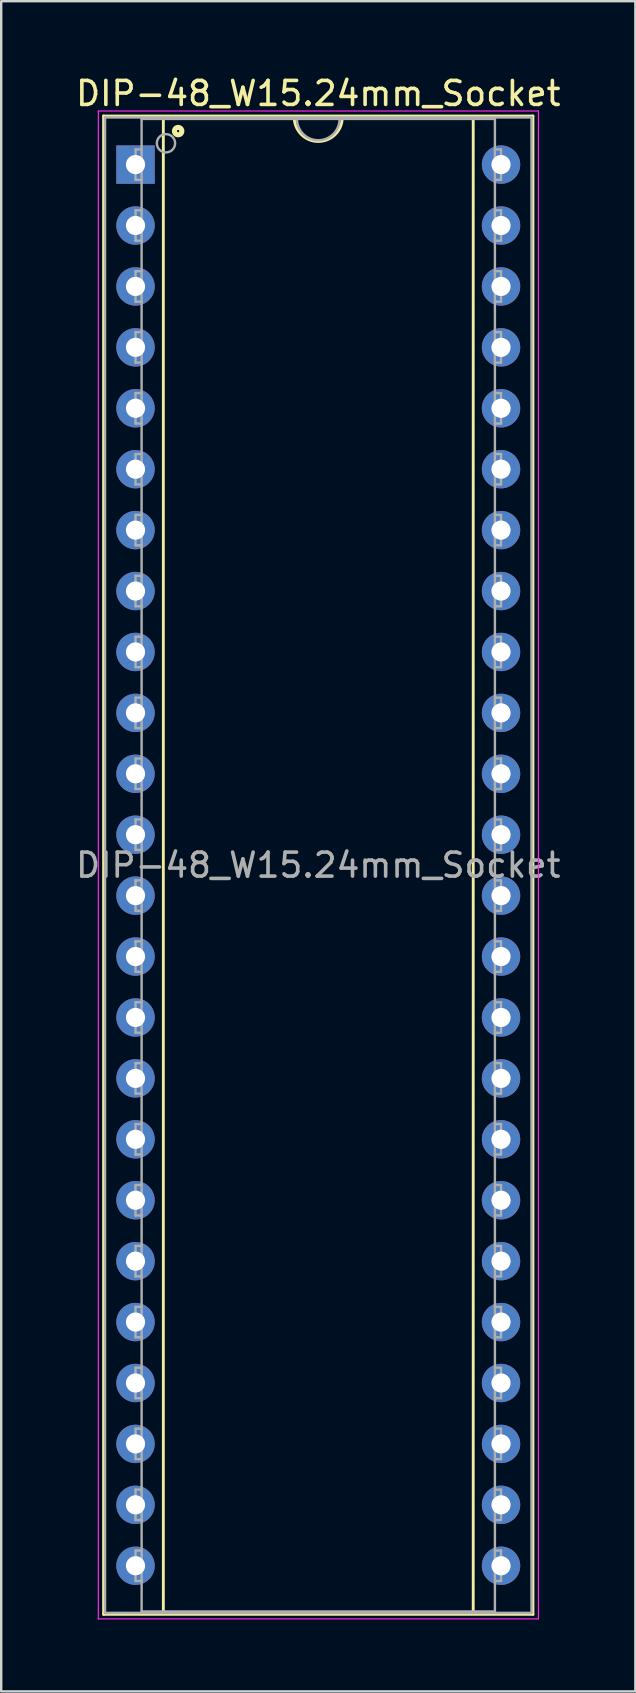
<source format=kicad_pcb>
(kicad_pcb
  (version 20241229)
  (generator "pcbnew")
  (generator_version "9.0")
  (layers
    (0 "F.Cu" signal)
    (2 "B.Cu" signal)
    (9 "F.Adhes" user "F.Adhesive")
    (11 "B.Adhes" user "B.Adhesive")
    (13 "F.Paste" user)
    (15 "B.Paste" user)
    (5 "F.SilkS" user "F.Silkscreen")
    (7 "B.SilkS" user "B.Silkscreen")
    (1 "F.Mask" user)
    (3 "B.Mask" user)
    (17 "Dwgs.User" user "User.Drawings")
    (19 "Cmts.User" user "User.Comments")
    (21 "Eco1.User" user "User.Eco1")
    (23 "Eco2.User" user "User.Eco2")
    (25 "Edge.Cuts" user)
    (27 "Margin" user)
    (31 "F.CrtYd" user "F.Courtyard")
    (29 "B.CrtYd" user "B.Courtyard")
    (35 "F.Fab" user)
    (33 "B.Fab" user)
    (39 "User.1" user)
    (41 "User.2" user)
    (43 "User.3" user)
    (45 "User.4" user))
  (footprint "DIP-48_W15.24mm_Socket"
    (layer "F.Cu")
    (at 2.6 3.813)
    (property "Reference" "DIP-48_W15.24mm_Socket" (at 7.62 -2.965 0) (layer "F.SilkS") (effects (font (size 1 1) (thickness 0.15))))
    (attr through_hole)
    (fp_line (start -1.33 -2.025) (end -1.33 60.445) (stroke (width 0.12) (type solid)) (layer "F.SilkS"))
    (fp_line (start -1.33 60.445) (end 16.57 60.445) (stroke (width 0.12) (type solid)) (layer "F.SilkS"))
    (fp_line (start 1.16 -1.965) (end 1.16 60.385) (stroke (width 0.12) (type solid)) (layer "F.SilkS"))
    (fp_line (start 1.16 60.385) (end 14.08 60.385) (stroke (width 0.12) (type solid)) (layer "F.SilkS"))
    (fp_line (start 6.62 -1.965) (end 1.16 -1.965) (stroke (width 0.12) (type solid)) (layer "F.SilkS"))
    (fp_line (start 14.08 -1.965) (end 8.62 -1.965) (stroke (width 0.12) (type solid)) (layer "F.SilkS"))
    (fp_line (start 14.08 60.385) (end 14.08 -1.965) (stroke (width 0.12) (type solid)) (layer "F.SilkS"))
    (fp_line (start 16.57 -2.025) (end -1.33 -2.025) (stroke (width 0.12) (type solid)) (layer "F.SilkS"))
    (fp_line (start 16.57 60.445) (end 16.57 -2.025) (stroke (width 0.12) (type solid)) (layer "F.SilkS"))
    (fp_arc (start 8.62 -1.965) (mid 7.62 -0.965) (end 6.62 -1.965) (stroke (width 0.12) (type solid)) (layer "F.SilkS"))
    (fp_circle (center 1.778 -1.397) (end 1.828 -1.397) (stroke (width 0.12) (type solid)) (fill no) (layer "F.SilkS"))
    (fp_circle (center 1.778 -1.397) (end 1.903 -1.397) (stroke (width 0.12) (type solid)) (fill no) (layer "F.SilkS"))
    (fp_circle (center 1.778 -1.397) (end 1.978 -1.397) (stroke (width 0.12) (type solid)) (fill no) (layer "F.SilkS"))
    (fp_line (start -1.55 -2.235) (end -1.55 60.635) (stroke (width 0.05) (type solid)) (layer "F.CrtYd"))
    (fp_line (start -1.55 60.635) (end 16.8 60.635) (stroke (width 0.05) (type solid)) (layer "F.CrtYd"))
    (fp_line (start 16.8 -2.235) (end -1.55 -2.235) (stroke (width 0.05) (type solid)) (layer "F.CrtYd"))
    (fp_line (start 16.8 60.635) (end 16.8 -2.235) (stroke (width 0.05) (type solid)) (layer "F.CrtYd"))
    (fp_line (start -1.27 -1.965) (end -1.27 60.385) (stroke (width 0.1) (type solid)) (layer "F.Fab"))
    (fp_line (start -1.27 60.385) (end 16.51 60.385) (stroke (width 0.1) (type solid)) (layer "F.Fab"))
    (fp_line (start 0 -0.635) (end 0 0.635) (stroke (width 0.1) (type solid)) (layer "F.Fab"))
    (fp_line (start 0 -0.635) (end 0.254 -0.635) (stroke (width 0.1) (type solid)) (layer "F.Fab"))
    (fp_line (start 0 0.635) (end 0.254 0.635) (stroke (width 0.1) (type solid)) (layer "F.Fab"))
    (fp_line (start 0 1.905) (end 0 3.175) (stroke (width 0.1) (type solid)) (layer "F.Fab"))
    (fp_line (start 0 1.905) (end 0.254 1.905) (stroke (width 0.1) (type solid)) (layer "F.Fab"))
    (fp_line (start 0 3.175) (end 0.254 3.175) (stroke (width 0.1) (type solid)) (layer "F.Fab"))
    (fp_line (start 0 4.445) (end 0 5.715) (stroke (width 0.1) (type solid)) (layer "F.Fab"))
    (fp_line (start 0 4.445) (end 0.254 4.445) (stroke (width 0.1) (type solid)) (layer "F.Fab"))
    (fp_line (start 0 5.715) (end 0.254 5.715) (stroke (width 0.1) (type solid)) (layer "F.Fab"))
    (fp_line (start 0 6.985) (end 0 8.255) (stroke (width 0.1) (type solid)) (layer "F.Fab"))
    (fp_line (start 0 6.985) (end 0.254 6.985) (stroke (width 0.1) (type solid)) (layer "F.Fab"))
    (fp_line (start 0 8.255) (end 0.254 8.255) (stroke (width 0.1) (type solid)) (layer "F.Fab"))
    (fp_line (start 0 9.525) (end 0 10.795) (stroke (width 0.1) (type solid)) (layer "F.Fab"))
    (fp_line (start 0 9.525) (end 0.254 9.525) (stroke (width 0.1) (type solid)) (layer "F.Fab"))
    (fp_line (start 0 10.795) (end 0.254 10.795) (stroke (width 0.1) (type solid)) (layer "F.Fab"))
    (fp_line (start 0 12.065) (end 0 13.335) (stroke (width 0.1) (type solid)) (layer "F.Fab"))
    (fp_line (start 0 12.065) (end 0.254 12.065) (stroke (width 0.1) (type solid)) (layer "F.Fab"))
    (fp_line (start 0 13.335) (end 0.254 13.335) (stroke (width 0.1) (type solid)) (layer "F.Fab"))
    (fp_line (start 0 14.605) (end 0 15.875) (stroke (width 0.1) (type solid)) (layer "F.Fab"))
    (fp_line (start 0 14.605) (end 0.254 14.605) (stroke (width 0.1) (type solid)) (layer "F.Fab"))
    (fp_line (start 0 15.875) (end 0.254 15.875) (stroke (width 0.1) (type solid)) (layer "F.Fab"))
    (fp_line (start 0 17.145) (end 0 18.415) (stroke (width 0.1) (type solid)) (layer "F.Fab"))
    (fp_line (start 0 17.145) (end 0.254 17.145) (stroke (width 0.1) (type solid)) (layer "F.Fab"))
    (fp_line (start 0 18.415) (end 0.254 18.415) (stroke (width 0.1) (type solid)) (layer "F.Fab"))
    (fp_line (start 0 19.685) (end 0 20.955) (stroke (width 0.1) (type solid)) (layer "F.Fab"))
    (fp_line (start 0 19.685) (end 0.254 19.685) (stroke (width 0.1) (type solid)) (layer "F.Fab"))
    (fp_line (start 0 20.955) (end 0.254 20.955) (stroke (width 0.1) (type solid)) (layer "F.Fab"))
    (fp_line (start 0 22.225) (end 0 23.495) (stroke (width 0.1) (type solid)) (layer "F.Fab"))
    (fp_line (start 0 22.225) (end 0.254 22.225) (stroke (width 0.1) (type solid)) (layer "F.Fab"))
    (fp_line (start 0 23.495) (end 0.254 23.495) (stroke (width 0.1) (type solid)) (layer "F.Fab"))
    (fp_line (start 0 24.765) (end 0 26.035) (stroke (width 0.1) (type solid)) (layer "F.Fab"))
    (fp_line (start 0 24.765) (end 0.254 24.765) (stroke (width 0.1) (type solid)) (layer "F.Fab"))
    (fp_line (start 0 26.035) (end 0.254 26.035) (stroke (width 0.1) (type solid)) (layer "F.Fab"))
    (fp_line (start 0 27.305) (end 0 28.575) (stroke (width 0.1) (type solid)) (layer "F.Fab"))
    (fp_line (start 0 27.305) (end 0.254 27.305) (stroke (width 0.1) (type solid)) (layer "F.Fab"))
    (fp_line (start 0 28.575) (end 0.254 28.575) (stroke (width 0.1) (type solid)) (layer "F.Fab"))
    (fp_line (start 0 29.845) (end 0 31.115) (stroke (width 0.1) (type solid)) (layer "F.Fab"))
    (fp_line (start 0 29.845) (end 0.254 29.845) (stroke (width 0.1) (type solid)) (layer "F.Fab"))
    (fp_line (start 0 31.115) (end 0.254 31.115) (stroke (width 0.1) (type solid)) (layer "F.Fab"))
    (fp_line (start 0 32.385) (end 0 33.655) (stroke (width 0.1) (type solid)) (layer "F.Fab"))
    (fp_line (start 0 32.385) (end 0.254 32.385) (stroke (width 0.1) (type solid)) (layer "F.Fab"))
    (fp_line (start 0 33.655) (end 0.254 33.655) (stroke (width 0.1) (type solid)) (layer "F.Fab"))
    (fp_line (start 0 34.925) (end 0 36.195) (stroke (width 0.1) (type solid)) (layer "F.Fab"))
    (fp_line (start 0 34.925) (end 0.254 34.925) (stroke (width 0.1) (type solid)) (layer "F.Fab"))
    (fp_line (start 0 36.195) (end 0.254 36.195) (stroke (width 0.1) (type solid)) (layer "F.Fab"))
    (fp_line (start 0 37.465) (end 0 38.735) (stroke (width 0.1) (type solid)) (layer "F.Fab"))
    (fp_line (start 0 37.465) (end 0.254 37.465) (stroke (width 0.1) (type solid)) (layer "F.Fab"))
    (fp_line (start 0 38.735) (end 0.254 38.735) (stroke (width 0.1) (type solid)) (layer "F.Fab"))
    (fp_line (start 0 40.005) (end 0 41.275) (stroke (width 0.1) (type solid)) (layer "F.Fab"))
    (fp_line (start 0 40.005) (end 0.254 40.005) (stroke (width 0.1) (type solid)) (layer "F.Fab"))
    (fp_line (start 0 41.275) (end 0.254 41.275) (stroke (width 0.1) (type solid)) (layer "F.Fab"))
    (fp_line (start 0 42.545) (end 0 43.815) (stroke (width 0.1) (type solid)) (layer "F.Fab"))
    (fp_line (start 0 42.545) (end 0.254 42.545) (stroke (width 0.1) (type solid)) (layer "F.Fab"))
    (fp_line (start 0 43.815) (end 0.254 43.815) (stroke (width 0.1) (type solid)) (layer "F.Fab"))
    (fp_line (start 0 45.085) (end 0 46.355) (stroke (width 0.1) (type solid)) (layer "F.Fab"))
    (fp_line (start 0 45.085) (end 0.254 45.085) (stroke (width 0.1) (type solid)) (layer "F.Fab"))
    (fp_line (start 0 46.355) (end 0.254 46.355) (stroke (width 0.1) (type solid)) (layer "F.Fab"))
    (fp_line (start 0 47.625) (end 0 48.895) (stroke (width 0.1) (type solid)) (layer "F.Fab"))
    (fp_line (start 0 47.625) (end 0.254 47.625) (stroke (width 0.1) (type solid)) (layer "F.Fab"))
    (fp_line (start 0 48.895) (end 0.254 48.895) (stroke (width 0.1) (type solid)) (layer "F.Fab"))
    (fp_line (start 0 50.165) (end 0 51.435) (stroke (width 0.1) (type solid)) (layer "F.Fab"))
    (fp_line (start 0 50.165) (end 0.254 50.165) (stroke (width 0.1) (type solid)) (layer "F.Fab"))
    (fp_line (start 0 51.435) (end 0.254 51.435) (stroke (width 0.1) (type solid)) (layer "F.Fab"))
    (fp_line (start 0 52.705) (end 0 53.975) (stroke (width 0.1) (type solid)) (layer "F.Fab"))
    (fp_line (start 0 52.705) (end 0.254 52.705) (stroke (width 0.1) (type solid)) (layer "F.Fab"))
    (fp_line (start 0 53.975) (end 0.254 53.975) (stroke (width 0.1) (type solid)) (layer "F.Fab"))
    (fp_line (start 0 55.245) (end 0 56.515) (stroke (width 0.1) (type solid)) (layer "F.Fab"))
    (fp_line (start 0 55.245) (end 0.254 55.245) (stroke (width 0.1) (type solid)) (layer "F.Fab"))
    (fp_line (start 0 56.515) (end 0.254 56.515) (stroke (width 0.1) (type solid)) (layer "F.Fab"))
    (fp_line (start 0 57.785) (end 0 59.055) (stroke (width 0.1) (type solid)) (layer "F.Fab"))
    (fp_line (start 0 57.785) (end 0.254 57.785) (stroke (width 0.1) (type solid)) (layer "F.Fab"))
    (fp_line (start 0 59.055) (end 0.254 59.055) (stroke (width 0.1) (type solid)) (layer "F.Fab"))
    (fp_line (start 0.254 -1.905) (end 14.985 -1.905) (stroke (width 0.1) (type solid)) (layer "F.Fab"))
    (fp_line (start 0.255 60.325) (end 0.254 -1.905) (stroke (width 0.1) (type solid)) (layer "F.Fab"))
    (fp_line (start 14.985 -1.905) (end 14.985 60.325) (stroke (width 0.1) (type solid)) (layer "F.Fab"))
    (fp_line (start 14.985 60.325) (end 0.255 60.325) (stroke (width 0.1) (type solid)) (layer "F.Fab"))
    (fp_line (start 15.24 -0.635) (end 14.986 -0.635) (stroke (width 0.1) (type solid)) (layer "F.Fab"))
    (fp_line (start 15.24 0.635) (end 14.986 0.635) (stroke (width 0.1) (type solid)) (layer "F.Fab"))
    (fp_line (start 15.24 0.635) (end 15.24 -0.635) (stroke (width 0.1) (type solid)) (layer "F.Fab"))
    (fp_line (start 15.24 1.905) (end 14.986 1.905) (stroke (width 0.1) (type solid)) (layer "F.Fab"))
    (fp_line (start 15.24 3.175) (end 14.986 3.175) (stroke (width 0.1) (type solid)) (layer "F.Fab"))
    (fp_line (start 15.24 3.175) (end 15.24 1.905) (stroke (width 0.1) (type solid)) (layer "F.Fab"))
    (fp_line (start 15.24 4.445) (end 14.986 4.445) (stroke (width 0.1) (type solid)) (layer "F.Fab"))
    (fp_line (start 15.24 5.715) (end 14.986 5.715) (stroke (width 0.1) (type solid)) (layer "F.Fab"))
    (fp_line (start 15.24 5.715) (end 15.24 4.445) (stroke (width 0.1) (type solid)) (layer "F.Fab"))
    (fp_line (start 15.24 6.985) (end 14.986 6.985) (stroke (width 0.1) (type solid)) (layer "F.Fab"))
    (fp_line (start 15.24 8.255) (end 14.986 8.255) (stroke (width 0.1) (type solid)) (layer "F.Fab"))
    (fp_line (start 15.24 8.255) (end 15.24 6.985) (stroke (width 0.1) (type solid)) (layer "F.Fab"))
    (fp_line (start 15.24 9.525) (end 14.986 9.525) (stroke (width 0.1) (type solid)) (layer "F.Fab"))
    (fp_line (start 15.24 10.795) (end 14.986 10.795) (stroke (width 0.1) (type solid)) (layer "F.Fab"))
    (fp_line (start 15.24 10.795) (end 15.24 9.525) (stroke (width 0.1) (type solid)) (layer "F.Fab"))
    (fp_line (start 15.24 12.065) (end 14.986 12.065) (stroke (width 0.1) (type solid)) (layer "F.Fab"))
    (fp_line (start 15.24 13.335) (end 14.986 13.335) (stroke (width 0.1) (type solid)) (layer "F.Fab"))
    (fp_line (start 15.24 13.335) (end 15.24 12.065) (stroke (width 0.1) (type solid)) (layer "F.Fab"))
    (fp_line (start 15.24 14.605) (end 14.986 14.605) (stroke (width 0.1) (type solid)) (layer "F.Fab"))
    (fp_line (start 15.24 15.875) (end 14.986 15.875) (stroke (width 0.1) (type solid)) (layer "F.Fab"))
    (fp_line (start 15.24 15.875) (end 15.24 14.605) (stroke (width 0.1) (type solid)) (layer "F.Fab"))
    (fp_line (start 15.24 17.145) (end 14.986 17.145) (stroke (width 0.1) (type solid)) (layer "F.Fab"))
    (fp_line (start 15.24 18.415) (end 14.986 18.415) (stroke (width 0.1) (type solid)) (layer "F.Fab"))
    (fp_line (start 15.24 18.415) (end 15.24 17.145) (stroke (width 0.1) (type solid)) (layer "F.Fab"))
    (fp_line (start 15.24 19.685) (end 14.986 19.685) (stroke (width 0.1) (type solid)) (layer "F.Fab"))
    (fp_line (start 15.24 20.955) (end 14.986 20.955) (stroke (width 0.1) (type solid)) (layer "F.Fab"))
    (fp_line (start 15.24 20.955) (end 15.24 19.685) (stroke (width 0.1) (type solid)) (layer "F.Fab"))
    (fp_line (start 15.24 22.225) (end 14.986 22.225) (stroke (width 0.1) (type solid)) (layer "F.Fab"))
    (fp_line (start 15.24 23.495) (end 14.986 23.495) (stroke (width 0.1) (type solid)) (layer "F.Fab"))
    (fp_line (start 15.24 23.495) (end 15.24 22.225) (stroke (width 0.1) (type solid)) (layer "F.Fab"))
    (fp_line (start 15.24 24.765) (end 14.986 24.765) (stroke (width 0.1) (type solid)) (layer "F.Fab"))
    (fp_line (start 15.24 26.035) (end 14.986 26.035) (stroke (width 0.1) (type solid)) (layer "F.Fab"))
    (fp_line (start 15.24 26.035) (end 15.24 24.765) (stroke (width 0.1) (type solid)) (layer "F.Fab"))
    (fp_line (start 15.24 27.305) (end 14.986 27.305) (stroke (width 0.1) (type solid)) (layer "F.Fab"))
    (fp_line (start 15.24 28.575) (end 14.986 28.575) (stroke (width 0.1) (type solid)) (layer "F.Fab"))
    (fp_line (start 15.24 28.575) (end 15.24 27.305) (stroke (width 0.1) (type solid)) (layer "F.Fab"))
    (fp_line (start 15.24 29.845) (end 14.986 29.845) (stroke (width 0.1) (type solid)) (layer "F.Fab"))
    (fp_line (start 15.24 31.115) (end 14.986 31.115) (stroke (width 0.1) (type solid)) (layer "F.Fab"))
    (fp_line (start 15.24 31.115) (end 15.24 29.845) (stroke (width 0.1) (type solid)) (layer "F.Fab"))
    (fp_line (start 15.24 32.385) (end 14.986 32.385) (stroke (width 0.1) (type solid)) (layer "F.Fab"))
    (fp_line (start 15.24 33.655) (end 14.986 33.655) (stroke (width 0.1) (type solid)) (layer "F.Fab"))
    (fp_line (start 15.24 33.655) (end 15.24 32.385) (stroke (width 0.1) (type solid)) (layer "F.Fab"))
    (fp_line (start 15.24 34.925) (end 14.986 34.925) (stroke (width 0.1) (type solid)) (layer "F.Fab"))
    (fp_line (start 15.24 36.195) (end 14.986 36.195) (stroke (width 0.1) (type solid)) (layer "F.Fab"))
    (fp_line (start 15.24 36.195) (end 15.24 34.925) (stroke (width 0.1) (type solid)) (layer "F.Fab"))
    (fp_line (start 15.24 37.465) (end 14.986 37.465) (stroke (width 0.1) (type solid)) (layer "F.Fab"))
    (fp_line (start 15.24 38.735) (end 14.986 38.735) (stroke (width 0.1) (type solid)) (layer "F.Fab"))
    (fp_line (start 15.24 38.735) (end 15.24 37.465) (stroke (width 0.1) (type solid)) (layer "F.Fab"))
    (fp_line (start 15.24 40.005) (end 14.986 40.005) (stroke (width 0.1) (type solid)) (layer "F.Fab"))
    (fp_line (start 15.24 41.275) (end 14.986 41.275) (stroke (width 0.1) (type solid)) (layer "F.Fab"))
    (fp_line (start 15.24 41.275) (end 15.24 40.005) (stroke (width 0.1) (type solid)) (layer "F.Fab"))
    (fp_line (start 15.24 42.545) (end 14.986 42.545) (stroke (width 0.1) (type solid)) (layer "F.Fab"))
    (fp_line (start 15.24 43.815) (end 14.986 43.815) (stroke (width 0.1) (type solid)) (layer "F.Fab"))
    (fp_line (start 15.24 43.815) (end 15.24 42.545) (stroke (width 0.1) (type solid)) (layer "F.Fab"))
    (fp_line (start 15.24 45.085) (end 14.986 45.085) (stroke (width 0.1) (type solid)) (layer "F.Fab"))
    (fp_line (start 15.24 46.355) (end 14.986 46.355) (stroke (width 0.1) (type solid)) (layer "F.Fab"))
    (fp_line (start 15.24 46.355) (end 15.24 45.085) (stroke (width 0.1) (type solid)) (layer "F.Fab"))
    (fp_line (start 15.24 47.625) (end 14.986 47.625) (stroke (width 0.1) (type solid)) (layer "F.Fab"))
    (fp_line (start 15.24 48.895) (end 14.986 48.895) (stroke (width 0.1) (type solid)) (layer "F.Fab"))
    (fp_line (start 15.24 48.895) (end 15.24 47.625) (stroke (width 0.1) (type solid)) (layer "F.Fab"))
    (fp_line (start 15.24 50.165) (end 14.986 50.165) (stroke (width 0.1) (type solid)) (layer "F.Fab"))
    (fp_line (start 15.24 51.435) (end 14.986 51.435) (stroke (width 0.1) (type solid)) (layer "F.Fab"))
    (fp_line (start 15.24 51.435) (end 15.24 50.165) (stroke (width 0.1) (type solid)) (layer "F.Fab"))
    (fp_line (start 15.24 52.705) (end 14.986 52.705) (stroke (width 0.1) (type solid)) (layer "F.Fab"))
    (fp_line (start 15.24 53.975) (end 14.986 53.975) (stroke (width 0.1) (type solid)) (layer "F.Fab"))
    (fp_line (start 15.24 53.975) (end 15.24 52.705) (stroke (width 0.1) (type solid)) (layer "F.Fab"))
    (fp_line (start 15.24 55.245) (end 14.986 55.245) (stroke (width 0.1) (type solid)) (layer "F.Fab"))
    (fp_line (start 15.24 56.515) (end 14.986 56.515) (stroke (width 0.1) (type solid)) (layer "F.Fab"))
    (fp_line (start 15.24 56.515) (end 15.24 55.245) (stroke (width 0.1) (type solid)) (layer "F.Fab"))
    (fp_line (start 15.24 57.785) (end 14.986 57.785) (stroke (width 0.1) (type solid)) (layer "F.Fab"))
    (fp_line (start 15.24 59.055) (end 14.986 59.055) (stroke (width 0.1) (type solid)) (layer "F.Fab"))
    (fp_line (start 15.24 59.055) (end 15.24 57.785) (stroke (width 0.1) (type solid)) (layer "F.Fab"))
    (fp_line (start 16.51 -1.965) (end -1.27 -1.965) (stroke (width 0.1) (type solid)) (layer "F.Fab"))
    (fp_line (start 16.51 60.385) (end 16.51 -1.965) (stroke (width 0.1) (type solid)) (layer "F.Fab"))
    (fp_arc (start 8.509 -1.905) (mid 7.62 -1.016) (end 6.731 -1.905) (stroke (width 0.1) (type solid)) (layer "F.Fab"))
    (fp_circle (center 1.27 -0.889) (end 1.651 -0.889) (stroke (width 0.1) (type solid)) (fill no) (layer "F.Fab"))
    (fp_text user "${REFERENCE}" (at 7.62 29.21 0) (layer "F.Fab") (effects (font (size 1 1) (thickness 0.15))))
    (pad "1" thru_hole rect (at 0 0) (size 1.6 1.6) (drill 0.8) (layers "*.Cu" "*.Mask"))
    (pad "2" thru_hole oval (at 0 2.54) (size 1.6 1.6) (drill 0.8) (layers "*.Cu" "*.Mask"))
    (pad "3" thru_hole oval (at 0 5.08) (size 1.6 1.6) (drill 0.8) (layers "*.Cu" "*.Mask"))
    (pad "4" thru_hole oval (at 0 7.62) (size 1.6 1.6) (drill 0.8) (layers "*.Cu" "*.Mask"))
    (pad "5" thru_hole oval (at 0 10.16) (size 1.6 1.6) (drill 0.8) (layers "*.Cu" "*.Mask"))
    (pad "6" thru_hole oval (at 0 12.7) (size 1.6 1.6) (drill 0.8) (layers "*.Cu" "*.Mask"))
    (pad "7" thru_hole oval (at 0 15.24) (size 1.6 1.6) (drill 0.8) (layers "*.Cu" "*.Mask"))
    (pad "8" thru_hole oval (at 0 17.78) (size 1.6 1.6) (drill 0.8) (layers "*.Cu" "*.Mask"))
    (pad "9" thru_hole oval (at 0 20.32) (size 1.6 1.6) (drill 0.8) (layers "*.Cu" "*.Mask"))
    (pad "10" thru_hole oval (at 0 22.86) (size 1.6 1.6) (drill 0.8) (layers "*.Cu" "*.Mask"))
    (pad "11" thru_hole oval (at 0 25.4) (size 1.6 1.6) (drill 0.8) (layers "*.Cu" "*.Mask"))
    (pad "12" thru_hole oval (at 0 27.94) (size 1.6 1.6) (drill 0.8) (layers "*.Cu" "*.Mask"))
    (pad "13" thru_hole oval (at 0 30.48) (size 1.6 1.6) (drill 0.8) (layers "*.Cu" "*.Mask"))
    (pad "14" thru_hole oval (at 0 33.02) (size 1.6 1.6) (drill 0.8) (layers "*.Cu" "*.Mask"))
    (pad "15" thru_hole oval (at 0 35.56) (size 1.6 1.6) (drill 0.8) (layers "*.Cu" "*.Mask"))
    (pad "16" thru_hole oval (at 0 38.1) (size 1.6 1.6) (drill 0.8) (layers "*.Cu" "*.Mask"))
    (pad "17" thru_hole oval (at 0 40.64) (size 1.6 1.6) (drill 0.8) (layers "*.Cu" "*.Mask"))
    (pad "18" thru_hole oval (at 0 43.18) (size 1.6 1.6) (drill 0.8) (layers "*.Cu" "*.Mask"))
    (pad "19" thru_hole oval (at 0 45.72) (size 1.6 1.6) (drill 0.8) (layers "*.Cu" "*.Mask"))
    (pad "20" thru_hole oval (at 0 48.26) (size 1.6 1.6) (drill 0.8) (layers "*.Cu" "*.Mask"))
    (pad "21" thru_hole oval (at 0 50.8) (size 1.6 1.6) (drill 0.8) (layers "*.Cu" "*.Mask"))
    (pad "22" thru_hole oval (at 0 53.34) (size 1.6 1.6) (drill 0.8) (layers "*.Cu" "*.Mask"))
    (pad "23" thru_hole oval (at 0 55.88) (size 1.6 1.6) (drill 0.8) (layers "*.Cu" "*.Mask"))
    (pad "24" thru_hole oval (at 0 58.42) (size 1.6 1.6) (drill 0.8) (layers "*.Cu" "*.Mask"))
    (pad "25" thru_hole oval (at 15.24 58.42) (size 1.6 1.6) (drill 0.8) (layers "*.Cu" "*.Mask"))
    (pad "26" thru_hole oval (at 15.24 55.88) (size 1.6 1.6) (drill 0.8) (layers "*.Cu" "*.Mask"))
    (pad "27" thru_hole oval (at 15.24 53.34) (size 1.6 1.6) (drill 0.8) (layers "*.Cu" "*.Mask"))
    (pad "28" thru_hole oval (at 15.24 50.8) (size 1.6 1.6) (drill 0.8) (layers "*.Cu" "*.Mask"))
    (pad "29" thru_hole oval (at 15.24 48.26) (size 1.6 1.6) (drill 0.8) (layers "*.Cu" "*.Mask"))
    (pad "30" thru_hole oval (at 15.24 45.72) (size 1.6 1.6) (drill 0.8) (layers "*.Cu" "*.Mask"))
    (pad "31" thru_hole oval (at 15.24 43.18) (size 1.6 1.6) (drill 0.8) (layers "*.Cu" "*.Mask"))
    (pad "32" thru_hole oval (at 15.24 40.64) (size 1.6 1.6) (drill 0.8) (layers "*.Cu" "*.Mask"))
    (pad "33" thru_hole oval (at 15.24 38.1) (size 1.6 1.6) (drill 0.8) (layers "*.Cu" "*.Mask"))
    (pad "34" thru_hole oval (at 15.24 35.56) (size 1.6 1.6) (drill 0.8) (layers "*.Cu" "*.Mask"))
    (pad "35" thru_hole oval (at 15.24 33.02) (size 1.6 1.6) (drill 0.8) (layers "*.Cu" "*.Mask"))
    (pad "36" thru_hole oval (at 15.24 30.48) (size 1.6 1.6) (drill 0.8) (layers "*.Cu" "*.Mask"))
    (pad "37" thru_hole oval (at 15.24 27.94) (size 1.6 1.6) (drill 0.8) (layers "*.Cu" "*.Mask"))
    (pad "38" thru_hole oval (at 15.24 25.4) (size 1.6 1.6) (drill 0.8) (layers "*.Cu" "*.Mask"))
    (pad "39" thru_hole oval (at 15.24 22.86) (size 1.6 1.6) (drill 0.8) (layers "*.Cu" "*.Mask"))
    (pad "40" thru_hole oval (at 15.24 20.32) (size 1.6 1.6) (drill 0.8) (layers "*.Cu" "*.Mask"))
    (pad "41" thru_hole oval (at 15.24 17.78) (size 1.6 1.6) (drill 0.8) (layers "*.Cu" "*.Mask"))
    (pad "42" thru_hole oval (at 15.24 15.24) (size 1.6 1.6) (drill 0.8) (layers "*.Cu" "*.Mask"))
    (pad "43" thru_hole oval (at 15.24 12.7) (size 1.6 1.6) (drill 0.8) (layers "*.Cu" "*.Mask"))
    (pad "44" thru_hole oval (at 15.24 10.16) (size 1.6 1.6) (drill 0.8) (layers "*.Cu" "*.Mask"))
    (pad "45" thru_hole oval (at 15.24 7.62) (size 1.6 1.6) (drill 0.8) (layers "*.Cu" "*.Mask"))
    (pad "46" thru_hole oval (at 15.24 5.08) (size 1.6 1.6) (drill 0.8) (layers "*.Cu" "*.Mask"))
    (pad "47" thru_hole oval (at 15.24 2.54) (size 1.6 1.6) (drill 0.8) (layers "*.Cu" "*.Mask"))
    (pad "48" thru_hole oval (at 15.24 0) (size 1.6 1.6) (drill 0.8) (layers "*.Cu" "*.Mask")))
  (gr_rect
    (start -3 -3)
    (end 23.44 67.473)
    (stroke (width 0.1) (type default))
    (fill no)
    (layer "Edge.Cuts")))
</source>
